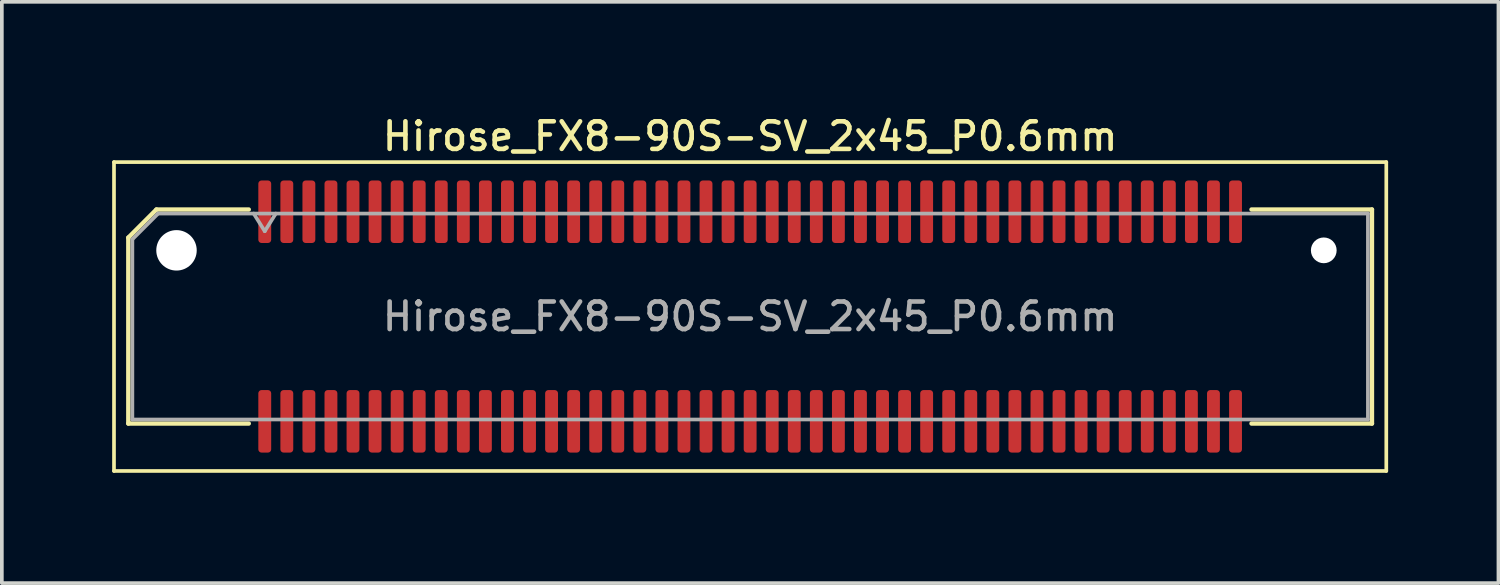
<source format=kicad_pcb>
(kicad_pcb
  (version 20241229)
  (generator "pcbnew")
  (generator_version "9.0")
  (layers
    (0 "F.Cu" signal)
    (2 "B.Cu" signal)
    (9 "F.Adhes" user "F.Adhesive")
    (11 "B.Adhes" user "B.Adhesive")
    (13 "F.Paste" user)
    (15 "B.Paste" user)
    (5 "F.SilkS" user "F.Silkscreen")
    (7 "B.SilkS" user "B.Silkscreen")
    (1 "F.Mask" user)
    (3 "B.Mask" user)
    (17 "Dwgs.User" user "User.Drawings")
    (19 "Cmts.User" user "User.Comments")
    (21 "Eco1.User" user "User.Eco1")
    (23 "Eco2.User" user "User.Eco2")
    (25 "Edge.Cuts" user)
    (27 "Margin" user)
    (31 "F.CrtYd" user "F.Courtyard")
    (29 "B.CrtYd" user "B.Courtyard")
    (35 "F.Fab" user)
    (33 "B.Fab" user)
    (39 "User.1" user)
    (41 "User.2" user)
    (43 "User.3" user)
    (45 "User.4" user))
  (footprint "Hirose_FX8-90S-SV_2x45_P0.6mm"
    (layer "F.Cu")
    (at 17.35 5.558)
    (property "Reference" "Hirose_FX8-90S-SV_2x45_P0.6mm" (at 0 -4.9 0) (layer "F.SilkS") (effects (font (size 0.75 0.75) (thickness 0.125))))
    (attr smd)
    (fp_line (start -17.3 -4.2) (end -17.3 4.2) (stroke (width 0.1) (type solid)) (layer "F.SilkS"))
    (fp_line (start -17.3 4.2) (end 17.3 4.2) (stroke (width 0.1) (type solid)) (layer "F.SilkS"))
    (fp_line (start -16.91 -2.146) (end -16.146 -2.91) (stroke (width 0.12) (type solid)) (layer "F.SilkS"))
    (fp_line (start -16.91 2.91) (end -16.91 -2.146) (stroke (width 0.12) (type solid)) (layer "F.SilkS"))
    (fp_line (start -16.146 -2.91) (end -13.635 -2.91) (stroke (width 0.12) (type solid)) (layer "F.SilkS"))
    (fp_line (start -13.635 2.91) (end -16.91 2.91) (stroke (width 0.12) (type solid)) (layer "F.SilkS"))
    (fp_line (start 13.635 -2.91) (end 16.91 -2.91) (stroke (width 0.12) (type solid)) (layer "F.SilkS"))
    (fp_line (start 16.91 -2.91) (end 16.91 2.91) (stroke (width 0.12) (type solid)) (layer "F.SilkS"))
    (fp_line (start 16.91 2.91) (end 13.635 2.91) (stroke (width 0.12) (type solid)) (layer "F.SilkS"))
    (fp_line (start 17.3 -4.2) (end -17.3 -4.2) (stroke (width 0.1) (type solid)) (layer "F.SilkS"))
    (fp_line (start 17.3 4.2) (end 17.3 -4.2) (stroke (width 0.1) (type solid)) (layer "F.SilkS"))
    (fp_line (start -16.8 -2.1) (end -16.1 -2.8) (stroke (width 0.1) (type solid)) (layer "F.Fab"))
    (fp_line (start -16.8 2.8) (end -16.8 -2.1) (stroke (width 0.1) (type solid)) (layer "F.Fab"))
    (fp_line (start -16.1 -2.8) (end 16.8 -2.8) (stroke (width 0.1) (type solid)) (layer "F.Fab"))
    (fp_line (start -13.5 -2.8) (end -13.2 -2.32) (stroke (width 0.1) (type solid)) (layer "F.Fab"))
    (fp_line (start -13.2 -2.32) (end -12.9 -2.8) (stroke (width 0.1) (type solid)) (layer "F.Fab"))
    (fp_line (start 16.8 -2.8) (end 16.8 2.8) (stroke (width 0.1) (type solid)) (layer "F.Fab"))
    (fp_line (start 16.8 2.8) (end -16.8 2.8) (stroke (width 0.1) (type solid)) (layer "F.Fab"))
    (fp_text user "${REFERENCE}" (at 0 0 0) (layer "F.Fab") (effects (font (size 0.75 0.75) (thickness 0.125))))
    (pad "" np_thru_hole circle (at -15.6 -1.8) (size 1.1 1.1) (drill 1.1) (layers "*.Cu" "*.Mask"))
    (pad "" np_thru_hole circle (at 15.6 -1.8) (size 0.7 0.7) (drill 0.7) (layers "*.Cu" "*.Mask"))
    (pad "1" smd roundrect (at -13.2 -2.85) (size 0.35 1.7) (layers "F.Cu" "F.Mask" "F.Paste") (roundrect_rratio 0.25))
    (pad "2" smd roundrect (at -13.2 2.85) (size 0.35 1.7) (layers "F.Cu" "F.Mask" "F.Paste") (roundrect_rratio 0.25))
    (pad "3" smd roundrect (at -12.6 -2.85) (size 0.35 1.7) (layers "F.Cu" "F.Mask" "F.Paste") (roundrect_rratio 0.25))
    (pad "4" smd roundrect (at -12.6 2.85) (size 0.35 1.7) (layers "F.Cu" "F.Mask" "F.Paste") (roundrect_rratio 0.25))
    (pad "5" smd roundrect (at -12 -2.85) (size 0.35 1.7) (layers "F.Cu" "F.Mask" "F.Paste") (roundrect_rratio 0.25))
    (pad "6" smd roundrect (at -12 2.85) (size 0.35 1.7) (layers "F.Cu" "F.Mask" "F.Paste") (roundrect_rratio 0.25))
    (pad "7" smd roundrect (at -11.4 -2.85) (size 0.35 1.7) (layers "F.Cu" "F.Mask" "F.Paste") (roundrect_rratio 0.25))
    (pad "8" smd roundrect (at -11.4 2.85) (size 0.35 1.7) (layers "F.Cu" "F.Mask" "F.Paste") (roundrect_rratio 0.25))
    (pad "9" smd roundrect (at -10.8 -2.85) (size 0.35 1.7) (layers "F.Cu" "F.Mask" "F.Paste") (roundrect_rratio 0.25))
    (pad "10" smd roundrect (at -10.8 2.85) (size 0.35 1.7) (layers "F.Cu" "F.Mask" "F.Paste") (roundrect_rratio 0.25))
    (pad "11" smd roundrect (at -10.2 -2.85) (size 0.35 1.7) (layers "F.Cu" "F.Mask" "F.Paste") (roundrect_rratio 0.25))
    (pad "12" smd roundrect (at -10.2 2.85) (size 0.35 1.7) (layers "F.Cu" "F.Mask" "F.Paste") (roundrect_rratio 0.25))
    (pad "13" smd roundrect (at -9.6 -2.85) (size 0.35 1.7) (layers "F.Cu" "F.Mask" "F.Paste") (roundrect_rratio 0.25))
    (pad "14" smd roundrect (at -9.6 2.85) (size 0.35 1.7) (layers "F.Cu" "F.Mask" "F.Paste") (roundrect_rratio 0.25))
    (pad "15" smd roundrect (at -9 -2.85) (size 0.35 1.7) (layers "F.Cu" "F.Mask" "F.Paste") (roundrect_rratio 0.25))
    (pad "16" smd roundrect (at -9 2.85) (size 0.35 1.7) (layers "F.Cu" "F.Mask" "F.Paste") (roundrect_rratio 0.25))
    (pad "17" smd roundrect (at -8.4 -2.85) (size 0.35 1.7) (layers "F.Cu" "F.Mask" "F.Paste") (roundrect_rratio 0.25))
    (pad "18" smd roundrect (at -8.4 2.85) (size 0.35 1.7) (layers "F.Cu" "F.Mask" "F.Paste") (roundrect_rratio 0.25))
    (pad "19" smd roundrect (at -7.8 -2.85) (size 0.35 1.7) (layers "F.Cu" "F.Mask" "F.Paste") (roundrect_rratio 0.25))
    (pad "20" smd roundrect (at -7.8 2.85) (size 0.35 1.7) (layers "F.Cu" "F.Mask" "F.Paste") (roundrect_rratio 0.25))
    (pad "21" smd roundrect (at -7.2 -2.85) (size 0.35 1.7) (layers "F.Cu" "F.Mask" "F.Paste") (roundrect_rratio 0.25))
    (pad "22" smd roundrect (at -7.2 2.85) (size 0.35 1.7) (layers "F.Cu" "F.Mask" "F.Paste") (roundrect_rratio 0.25))
    (pad "23" smd roundrect (at -6.6 -2.85) (size 0.35 1.7) (layers "F.Cu" "F.Mask" "F.Paste") (roundrect_rratio 0.25))
    (pad "24" smd roundrect (at -6.6 2.85) (size 0.35 1.7) (layers "F.Cu" "F.Mask" "F.Paste") (roundrect_rratio 0.25))
    (pad "25" smd roundrect (at -6 -2.85) (size 0.35 1.7) (layers "F.Cu" "F.Mask" "F.Paste") (roundrect_rratio 0.25))
    (pad "26" smd roundrect (at -6 2.85) (size 0.35 1.7) (layers "F.Cu" "F.Mask" "F.Paste") (roundrect_rratio 0.25))
    (pad "27" smd roundrect (at -5.4 -2.85) (size 0.35 1.7) (layers "F.Cu" "F.Mask" "F.Paste") (roundrect_rratio 0.25))
    (pad "28" smd roundrect (at -5.4 2.85) (size 0.35 1.7) (layers "F.Cu" "F.Mask" "F.Paste") (roundrect_rratio 0.25))
    (pad "29" smd roundrect (at -4.8 -2.85) (size 0.35 1.7) (layers "F.Cu" "F.Mask" "F.Paste") (roundrect_rratio 0.25))
    (pad "30" smd roundrect (at -4.8 2.85) (size 0.35 1.7) (layers "F.Cu" "F.Mask" "F.Paste") (roundrect_rratio 0.25))
    (pad "31" smd roundrect (at -4.2 -2.85) (size 0.35 1.7) (layers "F.Cu" "F.Mask" "F.Paste") (roundrect_rratio 0.25))
    (pad "32" smd roundrect (at -4.2 2.85) (size 0.35 1.7) (layers "F.Cu" "F.Mask" "F.Paste") (roundrect_rratio 0.25))
    (pad "33" smd roundrect (at -3.6 -2.85) (size 0.35 1.7) (layers "F.Cu" "F.Mask" "F.Paste") (roundrect_rratio 0.25))
    (pad "34" smd roundrect (at -3.6 2.85) (size 0.35 1.7) (layers "F.Cu" "F.Mask" "F.Paste") (roundrect_rratio 0.25))
    (pad "35" smd roundrect (at -3 -2.85) (size 0.35 1.7) (layers "F.Cu" "F.Mask" "F.Paste") (roundrect_rratio 0.25))
    (pad "36" smd roundrect (at -3 2.85) (size 0.35 1.7) (layers "F.Cu" "F.Mask" "F.Paste") (roundrect_rratio 0.25))
    (pad "37" smd roundrect (at -2.4 -2.85) (size 0.35 1.7) (layers "F.Cu" "F.Mask" "F.Paste") (roundrect_rratio 0.25))
    (pad "38" smd roundrect (at -2.4 2.85) (size 0.35 1.7) (layers "F.Cu" "F.Mask" "F.Paste") (roundrect_rratio 0.25))
    (pad "39" smd roundrect (at -1.8 -2.85) (size 0.35 1.7) (layers "F.Cu" "F.Mask" "F.Paste") (roundrect_rratio 0.25))
    (pad "40" smd roundrect (at -1.8 2.85) (size 0.35 1.7) (layers "F.Cu" "F.Mask" "F.Paste") (roundrect_rratio 0.25))
    (pad "41" smd roundrect (at -1.2 -2.85) (size 0.35 1.7) (layers "F.Cu" "F.Mask" "F.Paste") (roundrect_rratio 0.25))
    (pad "42" smd roundrect (at -1.2 2.85) (size 0.35 1.7) (layers "F.Cu" "F.Mask" "F.Paste") (roundrect_rratio 0.25))
    (pad "43" smd roundrect (at -0.6 -2.85) (size 0.35 1.7) (layers "F.Cu" "F.Mask" "F.Paste") (roundrect_rratio 0.25))
    (pad "44" smd roundrect (at -0.6 2.85) (size 0.35 1.7) (layers "F.Cu" "F.Mask" "F.Paste") (roundrect_rratio 0.25))
    (pad "45" smd roundrect (at 0 -2.85) (size 0.35 1.7) (layers "F.Cu" "F.Mask" "F.Paste") (roundrect_rratio 0.25))
    (pad "46" smd roundrect (at 0 2.85) (size 0.35 1.7) (layers "F.Cu" "F.Mask" "F.Paste") (roundrect_rratio 0.25))
    (pad "47" smd roundrect (at 0.6 -2.85) (size 0.35 1.7) (layers "F.Cu" "F.Mask" "F.Paste") (roundrect_rratio 0.25))
    (pad "48" smd roundrect (at 0.6 2.85) (size 0.35 1.7) (layers "F.Cu" "F.Mask" "F.Paste") (roundrect_rratio 0.25))
    (pad "49" smd roundrect (at 1.2 -2.85) (size 0.35 1.7) (layers "F.Cu" "F.Mask" "F.Paste") (roundrect_rratio 0.25))
    (pad "50" smd roundrect (at 1.2 2.85) (size 0.35 1.7) (layers "F.Cu" "F.Mask" "F.Paste") (roundrect_rratio 0.25))
    (pad "51" smd roundrect (at 1.8 -2.85) (size 0.35 1.7) (layers "F.Cu" "F.Mask" "F.Paste") (roundrect_rratio 0.25))
    (pad "52" smd roundrect (at 1.8 2.85) (size 0.35 1.7) (layers "F.Cu" "F.Mask" "F.Paste") (roundrect_rratio 0.25))
    (pad "53" smd roundrect (at 2.4 -2.85) (size 0.35 1.7) (layers "F.Cu" "F.Mask" "F.Paste") (roundrect_rratio 0.25))
    (pad "54" smd roundrect (at 2.4 2.85) (size 0.35 1.7) (layers "F.Cu" "F.Mask" "F.Paste") (roundrect_rratio 0.25))
    (pad "55" smd roundrect (at 3 -2.85) (size 0.35 1.7) (layers "F.Cu" "F.Mask" "F.Paste") (roundrect_rratio 0.25))
    (pad "56" smd roundrect (at 3 2.85) (size 0.35 1.7) (layers "F.Cu" "F.Mask" "F.Paste") (roundrect_rratio 0.25))
    (pad "57" smd roundrect (at 3.6 -2.85) (size 0.35 1.7) (layers "F.Cu" "F.Mask" "F.Paste") (roundrect_rratio 0.25))
    (pad "58" smd roundrect (at 3.6 2.85) (size 0.35 1.7) (layers "F.Cu" "F.Mask" "F.Paste") (roundrect_rratio 0.25))
    (pad "59" smd roundrect (at 4.2 -2.85) (size 0.35 1.7) (layers "F.Cu" "F.Mask" "F.Paste") (roundrect_rratio 0.25))
    (pad "60" smd roundrect (at 4.2 2.85) (size 0.35 1.7) (layers "F.Cu" "F.Mask" "F.Paste") (roundrect_rratio 0.25))
    (pad "61" smd roundrect (at 4.8 -2.85) (size 0.35 1.7) (layers "F.Cu" "F.Mask" "F.Paste") (roundrect_rratio 0.25))
    (pad "62" smd roundrect (at 4.8 2.85) (size 0.35 1.7) (layers "F.Cu" "F.Mask" "F.Paste") (roundrect_rratio 0.25))
    (pad "63" smd roundrect (at 5.4 -2.85) (size 0.35 1.7) (layers "F.Cu" "F.Mask" "F.Paste") (roundrect_rratio 0.25))
    (pad "64" smd roundrect (at 5.4 2.85) (size 0.35 1.7) (layers "F.Cu" "F.Mask" "F.Paste") (roundrect_rratio 0.25))
    (pad "65" smd roundrect (at 6 -2.85) (size 0.35 1.7) (layers "F.Cu" "F.Mask" "F.Paste") (roundrect_rratio 0.25))
    (pad "66" smd roundrect (at 6 2.85) (size 0.35 1.7) (layers "F.Cu" "F.Mask" "F.Paste") (roundrect_rratio 0.25))
    (pad "67" smd roundrect (at 6.6 -2.85) (size 0.35 1.7) (layers "F.Cu" "F.Mask" "F.Paste") (roundrect_rratio 0.25))
    (pad "68" smd roundrect (at 6.6 2.85) (size 0.35 1.7) (layers "F.Cu" "F.Mask" "F.Paste") (roundrect_rratio 0.25))
    (pad "69" smd roundrect (at 7.2 -2.85) (size 0.35 1.7) (layers "F.Cu" "F.Mask" "F.Paste") (roundrect_rratio 0.25))
    (pad "70" smd roundrect (at 7.2 2.85) (size 0.35 1.7) (layers "F.Cu" "F.Mask" "F.Paste") (roundrect_rratio 0.25))
    (pad "71" smd roundrect (at 7.8 -2.85) (size 0.35 1.7) (layers "F.Cu" "F.Mask" "F.Paste") (roundrect_rratio 0.25))
    (pad "72" smd roundrect (at 7.8 2.85) (size 0.35 1.7) (layers "F.Cu" "F.Mask" "F.Paste") (roundrect_rratio 0.25))
    (pad "73" smd roundrect (at 8.4 -2.85) (size 0.35 1.7) (layers "F.Cu" "F.Mask" "F.Paste") (roundrect_rratio 0.25))
    (pad "74" smd roundrect (at 8.4 2.85) (size 0.35 1.7) (layers "F.Cu" "F.Mask" "F.Paste") (roundrect_rratio 0.25))
    (pad "75" smd roundrect (at 9 -2.85) (size 0.35 1.7) (layers "F.Cu" "F.Mask" "F.Paste") (roundrect_rratio 0.25))
    (pad "76" smd roundrect (at 9 2.85) (size 0.35 1.7) (layers "F.Cu" "F.Mask" "F.Paste") (roundrect_rratio 0.25))
    (pad "77" smd roundrect (at 9.6 -2.85) (size 0.35 1.7) (layers "F.Cu" "F.Mask" "F.Paste") (roundrect_rratio 0.25))
    (pad "78" smd roundrect (at 9.6 2.85) (size 0.35 1.7) (layers "F.Cu" "F.Mask" "F.Paste") (roundrect_rratio 0.25))
    (pad "79" smd roundrect (at 10.2 -2.85) (size 0.35 1.7) (layers "F.Cu" "F.Mask" "F.Paste") (roundrect_rratio 0.25))
    (pad "80" smd roundrect (at 10.2 2.85) (size 0.35 1.7) (layers "F.Cu" "F.Mask" "F.Paste") (roundrect_rratio 0.25))
    (pad "81" smd roundrect (at 10.8 -2.85) (size 0.35 1.7) (layers "F.Cu" "F.Mask" "F.Paste") (roundrect_rratio 0.25))
    (pad "82" smd roundrect (at 10.8 2.85) (size 0.35 1.7) (layers "F.Cu" "F.Mask" "F.Paste") (roundrect_rratio 0.25))
    (pad "83" smd roundrect (at 11.4 -2.85) (size 0.35 1.7) (layers "F.Cu" "F.Mask" "F.Paste") (roundrect_rratio 0.25))
    (pad "84" smd roundrect (at 11.4 2.85) (size 0.35 1.7) (layers "F.Cu" "F.Mask" "F.Paste") (roundrect_rratio 0.25))
    (pad "85" smd roundrect (at 12 -2.85) (size 0.35 1.7) (layers "F.Cu" "F.Mask" "F.Paste") (roundrect_rratio 0.25))
    (pad "86" smd roundrect (at 12 2.85) (size 0.35 1.7) (layers "F.Cu" "F.Mask" "F.Paste") (roundrect_rratio 0.25))
    (pad "87" smd roundrect (at 12.6 -2.85) (size 0.35 1.7) (layers "F.Cu" "F.Mask" "F.Paste") (roundrect_rratio 0.25))
    (pad "88" smd roundrect (at 12.6 2.85) (size 0.35 1.7) (layers "F.Cu" "F.Mask" "F.Paste") (roundrect_rratio 0.25))
    (pad "89" smd roundrect (at 13.2 -2.85) (size 0.35 1.7) (layers "F.Cu" "F.Mask" "F.Paste") (roundrect_rratio 0.25))
    (pad "90" smd roundrect (at 13.2 2.85) (size 0.35 1.7) (layers "F.Cu" "F.Mask" "F.Paste") (roundrect_rratio 0.25)))
  (gr_rect
    (start -3 -3)
    (end 37.7 12.808)
    (stroke (width 0.1) (type default))
    (fill no)
    (layer "Edge.Cuts")))
</source>
